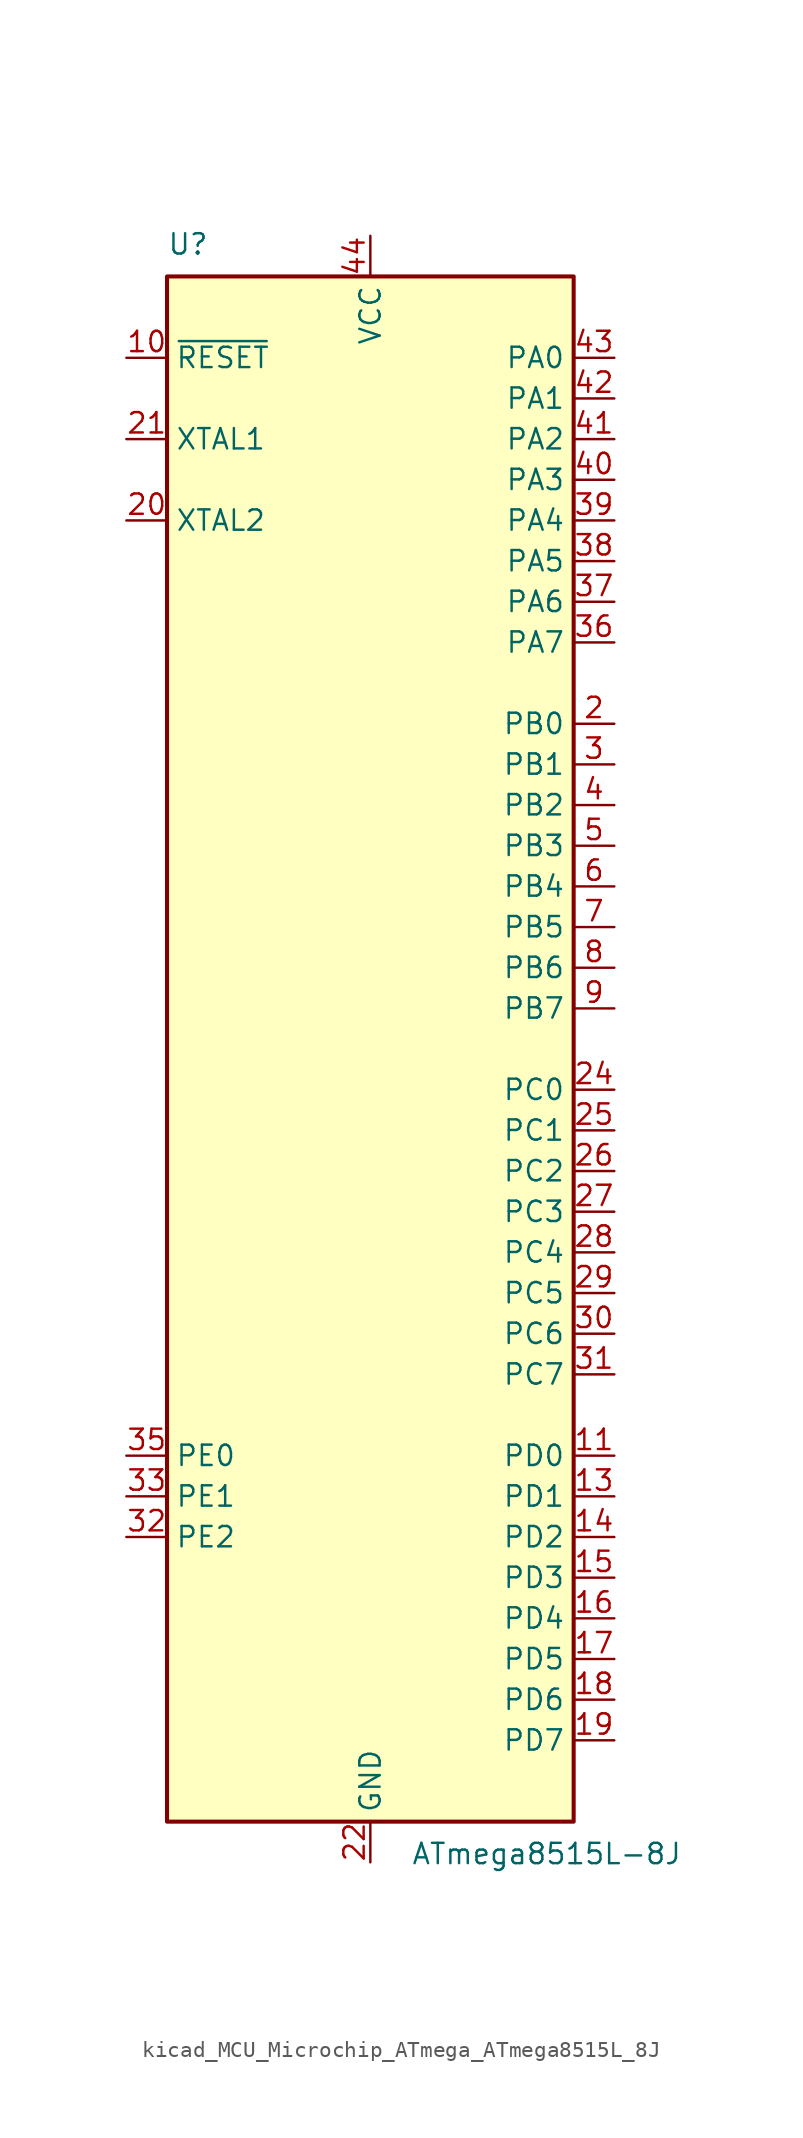
<source format=kicad_sym>
(kicad_symbol_lib
  (version 20220914)
  (generator kicad_symbol_editor)
  (symbol "kicad_MCU_Microchip_ATmega_ATmega8515L_8J"
    (property "Reference" "U"
      (at -12.7 49.53 0)
      (effects (font (size 1.27 1.27)) (justify left bottom)))
    (property "Value" "ATmega8515L-8J"
      (at 2.54 -49.53 0)
      (effects (font (size 1.27 1.27)) (justify left top)))
    (symbol "kicad_MCU_Microchip_ATmega_ATmega8515L_8J_0_1"
      (rectangle (start -12.7 -48.26) (end 12.7 48.26) (stroke (width 0.254) (type default)) (fill (type background))))
    (symbol "kicad_MCU_Microchip_ATmega_ATmega8515L_8J_1_1"
      (pin no_connect line (at -12.7 -38.1 0) (length 2.54) hide (name "NC" (effects (font (size 1.27 1.27)))) (number "1" (effects (font (size 1.27 1.27)))))
      (pin input line (at -15.24 43.18 0) (length 2.54) (name "~{RESET}" (effects (font (size 1.27 1.27)))) (number "10" (effects (font (size 1.27 1.27)))))
      (pin bidirectional line (at 15.24 -25.4 180) (length 2.54) (name "PD0" (effects (font (size 1.27 1.27)))) (number "11" (effects (font (size 1.27 1.27)))))
      (pin no_connect line (at -12.7 -40.64 0) (length 2.54) hide (name "NC" (effects (font (size 1.27 1.27)))) (number "12" (effects (font (size 1.27 1.27)))))
      (pin bidirectional line (at 15.24 -27.94 180) (length 2.54) (name "PD1" (effects (font (size 1.27 1.27)))) (number "13" (effects (font (size 1.27 1.27)))))
      (pin bidirectional line (at 15.24 -30.48 180) (length 2.54) (name "PD2" (effects (font (size 1.27 1.27)))) (number "14" (effects (font (size 1.27 1.27)))))
      (pin bidirectional line (at 15.24 -33.02 180) (length 2.54) (name "PD3" (effects (font (size 1.27 1.27)))) (number "15" (effects (font (size 1.27 1.27)))))
      (pin bidirectional line (at 15.24 -35.56 180) (length 2.54) (name "PD4" (effects (font (size 1.27 1.27)))) (number "16" (effects (font (size 1.27 1.27)))))
      (pin bidirectional line (at 15.24 -38.1 180) (length 2.54) (name "PD5" (effects (font (size 1.27 1.27)))) (number "17" (effects (font (size 1.27 1.27)))))
      (pin bidirectional line (at 15.24 -40.64 180) (length 2.54) (name "PD6" (effects (font (size 1.27 1.27)))) (number "18" (effects (font (size 1.27 1.27)))))
      (pin bidirectional line (at 15.24 -43.18 180) (length 2.54) (name "PD7" (effects (font (size 1.27 1.27)))) (number "19" (effects (font (size 1.27 1.27)))))
      (pin bidirectional line (at 15.24 20.32 180) (length 2.54) (name "PB0" (effects (font (size 1.27 1.27)))) (number "2" (effects (font (size 1.27 1.27)))))
      (pin output line (at -15.24 33.02 0) (length 2.54) (name "XTAL2" (effects (font (size 1.27 1.27)))) (number "20" (effects (font (size 1.27 1.27)))))
      (pin input line (at -15.24 38.1 0) (length 2.54) (name "XTAL1" (effects (font (size 1.27 1.27)))) (number "21" (effects (font (size 1.27 1.27)))))
      (pin power_in line (at 0 -50.8 90) (length 2.54) (name "GND" (effects (font (size 1.27 1.27)))) (number "22" (effects (font (size 1.27 1.27)))))
      (pin no_connect line (at -12.7 -43.18 0) (length 2.54) hide (name "NC" (effects (font (size 1.27 1.27)))) (number "23" (effects (font (size 1.27 1.27)))))
      (pin bidirectional line (at 15.24 -2.54 180) (length 2.54) (name "PC0" (effects (font (size 1.27 1.27)))) (number "24" (effects (font (size 1.27 1.27)))))
      (pin bidirectional line (at 15.24 -5.08 180) (length 2.54) (name "PC1" (effects (font (size 1.27 1.27)))) (number "25" (effects (font (size 1.27 1.27)))))
      (pin bidirectional line (at 15.24 -7.62 180) (length 2.54) (name "PC2" (effects (font (size 1.27 1.27)))) (number "26" (effects (font (size 1.27 1.27)))))
      (pin bidirectional line (at 15.24 -10.16 180) (length 2.54) (name "PC3" (effects (font (size 1.27 1.27)))) (number "27" (effects (font (size 1.27 1.27)))))
      (pin bidirectional line (at 15.24 -12.7 180) (length 2.54) (name "PC4" (effects (font (size 1.27 1.27)))) (number "28" (effects (font (size 1.27 1.27)))))
      (pin bidirectional line (at 15.24 -15.24 180) (length 2.54) (name "PC5" (effects (font (size 1.27 1.27)))) (number "29" (effects (font (size 1.27 1.27)))))
      (pin bidirectional line (at 15.24 17.78 180) (length 2.54) (name "PB1" (effects (font (size 1.27 1.27)))) (number "3" (effects (font (size 1.27 1.27)))))
      (pin bidirectional line (at 15.24 -17.78 180) (length 2.54) (name "PC6" (effects (font (size 1.27 1.27)))) (number "30" (effects (font (size 1.27 1.27)))))
      (pin bidirectional line (at 15.24 -20.32 180) (length 2.54) (name "PC7" (effects (font (size 1.27 1.27)))) (number "31" (effects (font (size 1.27 1.27)))))
      (pin bidirectional line (at -15.24 -30.48 0) (length 2.54) (name "PE2" (effects (font (size 1.27 1.27)))) (number "32" (effects (font (size 1.27 1.27)))))
      (pin bidirectional line (at -15.24 -27.94 0) (length 2.54) (name "PE1" (effects (font (size 1.27 1.27)))) (number "33" (effects (font (size 1.27 1.27)))))
      (pin no_connect line (at -12.7 -45.72 0) (length 2.54) hide (name "NC" (effects (font (size 1.27 1.27)))) (number "34" (effects (font (size 1.27 1.27)))))
      (pin bidirectional line (at -15.24 -25.4 0) (length 2.54) (name "PE0" (effects (font (size 1.27 1.27)))) (number "35" (effects (font (size 1.27 1.27)))))
      (pin bidirectional line (at 15.24 25.4 180) (length 2.54) (name "PA7" (effects (font (size 1.27 1.27)))) (number "36" (effects (font (size 1.27 1.27)))))
      (pin bidirectional line (at 15.24 27.94 180) (length 2.54) (name "PA6" (effects (font (size 1.27 1.27)))) (number "37" (effects (font (size 1.27 1.27)))))
      (pin bidirectional line (at 15.24 30.48 180) (length 2.54) (name "PA5" (effects (font (size 1.27 1.27)))) (number "38" (effects (font (size 1.27 1.27)))))
      (pin bidirectional line (at 15.24 33.02 180) (length 2.54) (name "PA4" (effects (font (size 1.27 1.27)))) (number "39" (effects (font (size 1.27 1.27)))))
      (pin bidirectional line (at 15.24 15.24 180) (length 2.54) (name "PB2" (effects (font (size 1.27 1.27)))) (number "4" (effects (font (size 1.27 1.27)))))
      (pin bidirectional line (at 15.24 35.56 180) (length 2.54) (name "PA3" (effects (font (size 1.27 1.27)))) (number "40" (effects (font (size 1.27 1.27)))))
      (pin bidirectional line (at 15.24 38.1 180) (length 2.54) (name "PA2" (effects (font (size 1.27 1.27)))) (number "41" (effects (font (size 1.27 1.27)))))
      (pin bidirectional line (at 15.24 40.64 180) (length 2.54) (name "PA1" (effects (font (size 1.27 1.27)))) (number "42" (effects (font (size 1.27 1.27)))))
      (pin bidirectional line (at 15.24 43.18 180) (length 2.54) (name "PA0" (effects (font (size 1.27 1.27)))) (number "43" (effects (font (size 1.27 1.27)))))
      (pin power_in line (at 0 50.8 270) (length 2.54) (name "VCC" (effects (font (size 1.27 1.27)))) (number "44" (effects (font (size 1.27 1.27)))))
      (pin bidirectional line (at 15.24 12.7 180) (length 2.54) (name "PB3" (effects (font (size 1.27 1.27)))) (number "5" (effects (font (size 1.27 1.27)))))
      (pin bidirectional line (at 15.24 10.16 180) (length 2.54) (name "PB4" (effects (font (size 1.27 1.27)))) (number "6" (effects (font (size 1.27 1.27)))))
      (pin bidirectional line (at 15.24 7.62 180) (length 2.54) (name "PB5" (effects (font (size 1.27 1.27)))) (number "7" (effects (font (size 1.27 1.27)))))
      (pin bidirectional line (at 15.24 5.08 180) (length 2.54) (name "PB6" (effects (font (size 1.27 1.27)))) (number "8" (effects (font (size 1.27 1.27)))))
      (pin bidirectional line (at 15.24 2.54 180) (length 2.54) (name "PB7" (effects (font (size 1.27 1.27)))) (number "9" (effects (font (size 1.27 1.27))))))))
</source>
